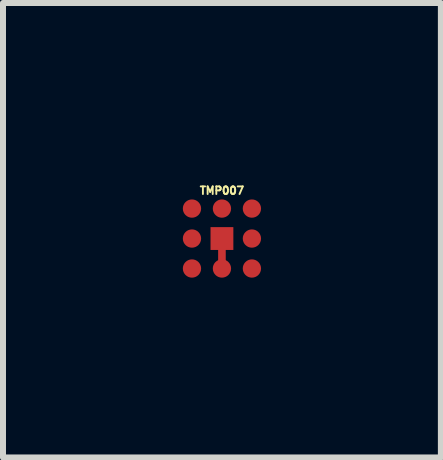
<source format=kicad_pcb>
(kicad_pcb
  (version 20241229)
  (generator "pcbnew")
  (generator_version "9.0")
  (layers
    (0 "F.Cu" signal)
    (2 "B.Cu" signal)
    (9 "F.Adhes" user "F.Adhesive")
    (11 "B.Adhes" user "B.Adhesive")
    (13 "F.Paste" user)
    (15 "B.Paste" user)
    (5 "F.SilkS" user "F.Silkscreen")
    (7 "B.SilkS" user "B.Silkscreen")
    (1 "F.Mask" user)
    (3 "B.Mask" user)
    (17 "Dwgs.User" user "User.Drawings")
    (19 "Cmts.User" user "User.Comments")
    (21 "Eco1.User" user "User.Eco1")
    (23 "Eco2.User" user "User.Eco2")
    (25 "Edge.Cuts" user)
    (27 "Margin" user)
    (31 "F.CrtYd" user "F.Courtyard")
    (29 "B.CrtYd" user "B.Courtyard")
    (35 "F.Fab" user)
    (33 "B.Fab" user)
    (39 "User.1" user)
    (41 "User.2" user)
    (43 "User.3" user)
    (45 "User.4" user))
  (footprint "TMP007"
    (layer "F.Cu")
    (at 0.653 0.93)
    (property "Reference" "TMP007" (at 0 -0.8 0) (layer "F.SilkS") (effects (font (size 0.127 0.127) (thickness 0.032))))
    (attr through_hole)
    (pad "A1" smd circle (at 0.5 0.5) (size 0.305 0.305) (layers "F.Cu" "F.Mask" "F.Paste"))
    (pad "A2" smd circle (at 0 0.5) (size 0.305 0.305) (layers "F.Cu" "F.Mask" "F.Paste"))
    (pad "A3" smd circle (at -0.5 0.5) (size 0.305 0.305) (layers "F.Cu" "F.Mask" "F.Paste"))
    (pad "B1" smd circle (at 0.5 0) (size 0.305 0.305) (layers "F.Cu" "F.Mask" "F.Paste"))
    (pad "B2" smd rect (at 0 0) (size 0.381 0.381) (layers "F.Cu" "F.Mask" "F.Paste"))
    (pad "B3" smd circle (at -0.5 0) (size 0.305 0.305) (layers "F.Cu" "F.Mask" "F.Paste"))
    (pad "C1" smd circle (at 0.5 -0.5) (size 0.305 0.305) (layers "F.Cu" "F.Mask" "F.Paste"))
    (pad "C2" smd circle (at 0 -0.5) (size 0.305 0.305) (layers "F.Cu" "F.Mask" "F.Paste"))
    (pad "C3" smd circle (at -0.5 -0.5) (size 0.305 0.305) (layers "F.Cu" "F.Mask" "F.Paste"))
    (pad "Wire" connect rect (at 0 0.25) (size 0.127 0.5) (layers "F.Cu" "F.Mask")))
  (gr_rect
    (start -3 -3)
    (end 4.306 4.583)
    (stroke (width 0.1) (type default))
    (fill no)
    (layer "Edge.Cuts")))
</source>
